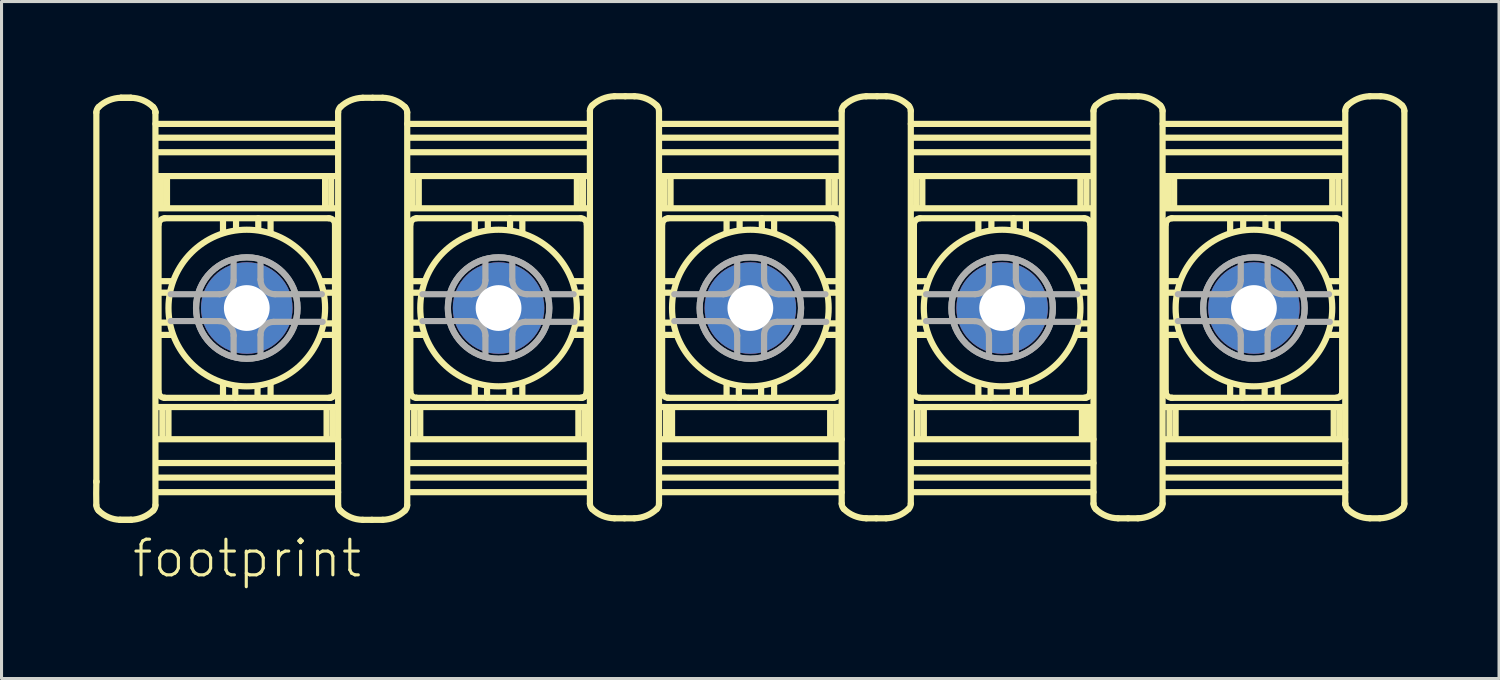
<source format=kicad_pcb>
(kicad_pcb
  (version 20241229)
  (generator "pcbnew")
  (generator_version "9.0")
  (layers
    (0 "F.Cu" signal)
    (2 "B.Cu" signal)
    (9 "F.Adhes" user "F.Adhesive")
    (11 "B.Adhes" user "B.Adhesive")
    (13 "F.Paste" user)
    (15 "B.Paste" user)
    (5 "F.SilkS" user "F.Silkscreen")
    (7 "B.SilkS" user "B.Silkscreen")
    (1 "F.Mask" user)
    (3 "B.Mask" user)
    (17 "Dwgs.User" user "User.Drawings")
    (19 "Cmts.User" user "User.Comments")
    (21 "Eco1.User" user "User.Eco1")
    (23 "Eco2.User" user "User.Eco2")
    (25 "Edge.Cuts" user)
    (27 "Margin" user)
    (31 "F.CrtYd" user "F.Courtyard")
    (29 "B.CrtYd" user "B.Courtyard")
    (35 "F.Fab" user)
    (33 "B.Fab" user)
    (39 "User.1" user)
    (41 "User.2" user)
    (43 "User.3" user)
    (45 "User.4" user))
  (footprint "footprint"
    (layer "F.Cu")
    (at 21.536 7.043)
    (property "Reference" "footprint" (at -20.31 8.89 0) (layer "F.SilkS") (effects (font (size 1.168 1.168) (thickness 0.102)) (justify left bottom)))
    (fp_line (start -21.429 -6.411) (end -21.429 5.682) (stroke (width 0.203) (type solid)) (layer "F.SilkS"))
    (fp_line (start -21.429 5.682) (end -21.429 5.707) (stroke (width 0.203) (type solid)) (layer "F.SilkS"))
    (fp_line (start -19.493 -6.411) (end -19.493 -6.436) (stroke (width 0.203) (type solid)) (layer "F.SilkS"))
    (fp_line (start -19.493 6.461) (end -19.493 -6.411) (stroke (width 0.203) (type solid)) (layer "F.SilkS"))
    (fp_line (start -19.467 3.243) (end -13.558 3.243) (stroke (width 0.203) (type solid)) (layer "F.SilkS"))
    (fp_line (start -19.467 4.299) (end -13.508 4.299) (stroke (width 0.203) (type solid)) (layer "F.SilkS"))
    (fp_line (start -19.467 5.079) (end -13.508 5.079) (stroke (width 0.203) (type solid)) (layer "F.SilkS"))
    (fp_line (start -19.467 5.556) (end -13.533 5.556) (stroke (width 0.203) (type solid)) (layer "F.SilkS"))
    (fp_line (start -19.467 6.034) (end -13.508 6.034) (stroke (width 0.203) (type solid)) (layer "F.SilkS"))
    (fp_line (start -19.442 0.88) (end -18.939 0.88) (stroke (width 0.203) (type solid)) (layer "F.SilkS"))
    (fp_line (start -19.391 -2.741) (end -19.391 2.74) (stroke (width 0.203) (type solid)) (layer "F.SilkS"))
    (fp_line (start -19.366 -0.88) (end -18.939 -0.88) (stroke (width 0.203) (type solid)) (layer "F.SilkS"))
    (fp_line (start -19.366 -0.503) (end -19.039 -0.503) (stroke (width 0.203) (type solid)) (layer "F.SilkS"))
    (fp_line (start -19.366 0.478) (end -19.039 0.478) (stroke (width 0.203) (type solid)) (layer "F.SilkS"))
    (fp_line (start -19.314 -3.319) (end -19.314 -4.299) (stroke (width 0.203) (type solid)) (layer "F.SilkS"))
    (fp_line (start -19.266 3.268) (end -19.266 4.274) (stroke (width 0.203) (type solid)) (layer "F.SilkS"))
    (fp_line (start -19.19 2.942) (end -19.19 2.942) (stroke (width 0.203) (type solid)) (layer "F.SilkS"))
    (fp_line (start -19.19 2.942) (end -13.785 2.942) (stroke (width 0.203) (type solid)) (layer "F.SilkS"))
    (fp_line (start -19.115 -3.294) (end -19.115 -4.274) (stroke (width 0.203) (type solid)) (layer "F.SilkS"))
    (fp_line (start -19.066 3.293) (end -19.066 4.274) (stroke (width 0.203) (type solid)) (layer "F.SilkS"))
    (fp_line (start -17.279 -2.464) (end -17.279 -2.917) (stroke (width 0.203) (type solid)) (layer "F.SilkS"))
    (fp_line (start -17.279 2.917) (end -17.279 2.489) (stroke (width 0.203) (type solid)) (layer "F.SilkS"))
    (fp_line (start -16.877 2.942) (end -16.877 2.564) (stroke (width 0.203) (type solid)) (layer "F.SilkS"))
    (fp_line (start -16.852 -2.564) (end -16.852 -2.917) (stroke (width 0.203) (type solid)) (layer "F.SilkS"))
    (fp_line (start -16.148 2.564) (end -16.148 2.917) (stroke (width 0.203) (type solid)) (layer "F.SilkS"))
    (fp_line (start -16.123 -2.942) (end -16.123 -2.564) (stroke (width 0.203) (type solid)) (layer "F.SilkS"))
    (fp_line (start -15.721 -2.917) (end -15.721 -2.489) (stroke (width 0.203) (type solid)) (layer "F.SilkS"))
    (fp_line (start -15.721 2.464) (end -15.721 2.917) (stroke (width 0.203) (type solid)) (layer "F.SilkS"))
    (fp_line (start -13.934 -3.319) (end -13.934 -4.274) (stroke (width 0.203) (type solid)) (layer "F.SilkS"))
    (fp_line (start -13.885 3.294) (end -13.885 4.274) (stroke (width 0.203) (type solid)) (layer "F.SilkS"))
    (fp_line (start -13.811 -2.942) (end -19.192 -2.942) (stroke (width 0.203) (type solid)) (layer "F.SilkS"))
    (fp_line (start -13.734 -3.294) (end -13.734 -4.249) (stroke (width 0.203) (type solid)) (layer "F.SilkS"))
    (fp_line (start -13.685 3.293) (end -13.685 4.274) (stroke (width 0.203) (type solid)) (layer "F.SilkS"))
    (fp_line (start -13.634 -0.88) (end -14.061 -0.88) (stroke (width 0.203) (type solid)) (layer "F.SilkS"))
    (fp_line (start -13.634 -0.503) (end -13.935 -0.503) (stroke (width 0.203) (type solid)) (layer "F.SilkS"))
    (fp_line (start -13.634 0.503) (end -13.961 0.503) (stroke (width 0.203) (type solid)) (layer "F.SilkS"))
    (fp_line (start -13.634 0.88) (end -14.061 0.88) (stroke (width 0.203) (type solid)) (layer "F.SilkS"))
    (fp_line (start -13.609 2.766) (end -13.609 -2.74) (stroke (width 0.203) (type solid)) (layer "F.SilkS"))
    (fp_line (start -13.557 -5.581) (end -19.465 -5.581) (stroke (width 0.203) (type solid)) (layer "F.SilkS"))
    (fp_line (start -13.557 -5.104) (end -19.465 -5.104) (stroke (width 0.203) (type solid)) (layer "F.SilkS"))
    (fp_line (start -13.557 -4.324) (end -19.465 -4.324) (stroke (width 0.203) (type solid)) (layer "F.SilkS"))
    (fp_line (start -13.557 -3.268) (end -19.415 -3.268) (stroke (width 0.203) (type solid)) (layer "F.SilkS"))
    (fp_line (start -13.533 -6.034) (end -19.492 -6.034) (stroke (width 0.203) (type solid)) (layer "F.SilkS"))
    (fp_line (start -13.507 -6.411) (end -13.507 6.462) (stroke (width 0.203) (type solid)) (layer "F.SilkS"))
    (fp_line (start -11.243 6.461) (end -11.243 -6.411) (stroke (width 0.203) (type solid)) (layer "F.SilkS"))
    (fp_line (start -11.217 3.243) (end -5.308 3.243) (stroke (width 0.203) (type solid)) (layer "F.SilkS"))
    (fp_line (start -11.217 4.299) (end -5.258 4.299) (stroke (width 0.203) (type solid)) (layer "F.SilkS"))
    (fp_line (start -11.217 5.079) (end -5.258 5.079) (stroke (width 0.203) (type solid)) (layer "F.SilkS"))
    (fp_line (start -11.217 5.556) (end -5.283 5.556) (stroke (width 0.203) (type solid)) (layer "F.SilkS"))
    (fp_line (start -11.217 6.034) (end -5.258 6.034) (stroke (width 0.203) (type solid)) (layer "F.SilkS"))
    (fp_line (start -11.192 0.88) (end -10.689 0.88) (stroke (width 0.203) (type solid)) (layer "F.SilkS"))
    (fp_line (start -11.141 -2.741) (end -11.141 2.74) (stroke (width 0.203) (type solid)) (layer "F.SilkS"))
    (fp_line (start -11.116 -0.88) (end -10.689 -0.88) (stroke (width 0.203) (type solid)) (layer "F.SilkS"))
    (fp_line (start -11.116 -0.503) (end -10.789 -0.503) (stroke (width 0.203) (type solid)) (layer "F.SilkS"))
    (fp_line (start -11.116 0.478) (end -10.789 0.478) (stroke (width 0.203) (type solid)) (layer "F.SilkS"))
    (fp_line (start -11.065 -3.319) (end -11.065 -4.299) (stroke (width 0.203) (type solid)) (layer "F.SilkS"))
    (fp_line (start -11.016 3.268) (end -11.016 4.274) (stroke (width 0.203) (type solid)) (layer "F.SilkS"))
    (fp_line (start -10.94 2.942) (end -10.94 2.942) (stroke (width 0.203) (type solid)) (layer "F.SilkS"))
    (fp_line (start -10.94 2.942) (end -5.535 2.942) (stroke (width 0.203) (type solid)) (layer "F.SilkS"))
    (fp_line (start -10.865 -3.294) (end -10.865 -4.274) (stroke (width 0.203) (type solid)) (layer "F.SilkS"))
    (fp_line (start -10.816 3.293) (end -10.816 4.274) (stroke (width 0.203) (type solid)) (layer "F.SilkS"))
    (fp_line (start -9.029 -2.464) (end -9.029 -2.917) (stroke (width 0.203) (type solid)) (layer "F.SilkS"))
    (fp_line (start -9.029 2.917) (end -9.029 2.489) (stroke (width 0.203) (type solid)) (layer "F.SilkS"))
    (fp_line (start -8.627 2.942) (end -8.627 2.564) (stroke (width 0.203) (type solid)) (layer "F.SilkS"))
    (fp_line (start -8.602 -2.564) (end -8.602 -2.917) (stroke (width 0.203) (type solid)) (layer "F.SilkS"))
    (fp_line (start -7.898 2.564) (end -7.898 2.917) (stroke (width 0.203) (type solid)) (layer "F.SilkS"))
    (fp_line (start -7.873 -2.942) (end -7.873 -2.564) (stroke (width 0.203) (type solid)) (layer "F.SilkS"))
    (fp_line (start -7.471 -2.917) (end -7.471 -2.489) (stroke (width 0.203) (type solid)) (layer "F.SilkS"))
    (fp_line (start -7.471 2.464) (end -7.471 2.917) (stroke (width 0.203) (type solid)) (layer "F.SilkS"))
    (fp_line (start -5.684 -3.319) (end -5.684 -4.274) (stroke (width 0.203) (type solid)) (layer "F.SilkS"))
    (fp_line (start -5.635 3.294) (end -5.635 4.274) (stroke (width 0.203) (type solid)) (layer "F.SilkS"))
    (fp_line (start -5.561 -2.942) (end -10.942 -2.942) (stroke (width 0.203) (type solid)) (layer "F.SilkS"))
    (fp_line (start -5.484 -3.294) (end -5.484 -4.249) (stroke (width 0.203) (type solid)) (layer "F.SilkS"))
    (fp_line (start -5.436 3.293) (end -5.436 4.274) (stroke (width 0.203) (type solid)) (layer "F.SilkS"))
    (fp_line (start -5.384 -0.88) (end -5.811 -0.88) (stroke (width 0.203) (type solid)) (layer "F.SilkS"))
    (fp_line (start -5.384 -0.503) (end -5.686 -0.503) (stroke (width 0.203) (type solid)) (layer "F.SilkS"))
    (fp_line (start -5.384 0.503) (end -5.711 0.503) (stroke (width 0.203) (type solid)) (layer "F.SilkS"))
    (fp_line (start -5.384 0.88) (end -5.811 0.88) (stroke (width 0.203) (type solid)) (layer "F.SilkS"))
    (fp_line (start -5.359 2.766) (end -5.359 -2.74) (stroke (width 0.203) (type solid)) (layer "F.SilkS"))
    (fp_line (start -5.307 -5.581) (end -11.215 -5.581) (stroke (width 0.203) (type solid)) (layer "F.SilkS"))
    (fp_line (start -5.307 -5.104) (end -11.215 -5.104) (stroke (width 0.203) (type solid)) (layer "F.SilkS"))
    (fp_line (start -5.307 -4.324) (end -11.215 -4.324) (stroke (width 0.203) (type solid)) (layer "F.SilkS"))
    (fp_line (start -5.307 -3.268) (end -11.165 -3.268) (stroke (width 0.203) (type solid)) (layer "F.SilkS"))
    (fp_line (start -5.283 -6.034) (end -11.242 -6.034) (stroke (width 0.203) (type solid)) (layer "F.SilkS"))
    (fp_line (start -5.257 -6.461) (end -5.257 6.411) (stroke (width 0.203) (type solid)) (layer "F.SilkS"))
    (fp_line (start -2.993 6.411) (end -2.993 -6.462) (stroke (width 0.203) (type solid)) (layer "F.SilkS"))
    (fp_line (start -2.967 3.243) (end 2.942 3.243) (stroke (width 0.203) (type solid)) (layer "F.SilkS"))
    (fp_line (start -2.967 4.299) (end 2.992 4.299) (stroke (width 0.203) (type solid)) (layer "F.SilkS"))
    (fp_line (start -2.967 5.079) (end 2.992 5.079) (stroke (width 0.203) (type solid)) (layer "F.SilkS"))
    (fp_line (start -2.967 5.556) (end 2.967 5.556) (stroke (width 0.203) (type solid)) (layer "F.SilkS"))
    (fp_line (start -2.967 6.034) (end 2.992 6.034) (stroke (width 0.203) (type solid)) (layer "F.SilkS"))
    (fp_line (start -2.942 0.88) (end -2.439 0.88) (stroke (width 0.203) (type solid)) (layer "F.SilkS"))
    (fp_line (start -2.891 -2.741) (end -2.891 2.74) (stroke (width 0.203) (type solid)) (layer "F.SilkS"))
    (fp_line (start -2.866 -0.88) (end -2.439 -0.88) (stroke (width 0.203) (type solid)) (layer "F.SilkS"))
    (fp_line (start -2.866 -0.503) (end -2.539 -0.503) (stroke (width 0.203) (type solid)) (layer "F.SilkS"))
    (fp_line (start -2.866 0.478) (end -2.539 0.478) (stroke (width 0.203) (type solid)) (layer "F.SilkS"))
    (fp_line (start -2.814 -3.319) (end -2.814 -4.299) (stroke (width 0.203) (type solid)) (layer "F.SilkS"))
    (fp_line (start -2.766 3.268) (end -2.766 4.274) (stroke (width 0.203) (type solid)) (layer "F.SilkS"))
    (fp_line (start -2.69 2.942) (end -2.69 2.942) (stroke (width 0.203) (type solid)) (layer "F.SilkS"))
    (fp_line (start -2.69 2.942) (end 2.715 2.942) (stroke (width 0.203) (type solid)) (layer "F.SilkS"))
    (fp_line (start -2.615 -3.294) (end -2.615 -4.274) (stroke (width 0.203) (type solid)) (layer "F.SilkS"))
    (fp_line (start -2.566 3.293) (end -2.566 4.274) (stroke (width 0.203) (type solid)) (layer "F.SilkS"))
    (fp_line (start -0.779 -2.464) (end -0.779 -2.917) (stroke (width 0.203) (type solid)) (layer "F.SilkS"))
    (fp_line (start -0.779 2.917) (end -0.779 2.489) (stroke (width 0.203) (type solid)) (layer "F.SilkS"))
    (fp_line (start -0.377 2.942) (end -0.377 2.564) (stroke (width 0.203) (type solid)) (layer "F.SilkS"))
    (fp_line (start -0.352 -2.564) (end -0.352 -2.917) (stroke (width 0.203) (type solid)) (layer "F.SilkS"))
    (fp_line (start 0.352 2.564) (end 0.352 2.917) (stroke (width 0.203) (type solid)) (layer "F.SilkS"))
    (fp_line (start 0.377 -2.942) (end 0.377 -2.564) (stroke (width 0.203) (type solid)) (layer "F.SilkS"))
    (fp_line (start 0.779 -2.917) (end 0.779 -2.489) (stroke (width 0.203) (type solid)) (layer "F.SilkS"))
    (fp_line (start 0.779 2.464) (end 0.779 2.917) (stroke (width 0.203) (type solid)) (layer "F.SilkS"))
    (fp_line (start 2.566 -3.319) (end 2.566 -4.274) (stroke (width 0.203) (type solid)) (layer "F.SilkS"))
    (fp_line (start 2.615 3.294) (end 2.615 4.274) (stroke (width 0.203) (type solid)) (layer "F.SilkS"))
    (fp_line (start 2.689 -2.942) (end -2.692 -2.942) (stroke (width 0.203) (type solid)) (layer "F.SilkS"))
    (fp_line (start 2.766 -3.294) (end 2.766 -4.249) (stroke (width 0.203) (type solid)) (layer "F.SilkS"))
    (fp_line (start 2.814 3.293) (end 2.814 4.274) (stroke (width 0.203) (type solid)) (layer "F.SilkS"))
    (fp_line (start 2.866 -0.88) (end 2.439 -0.88) (stroke (width 0.203) (type solid)) (layer "F.SilkS"))
    (fp_line (start 2.866 -0.503) (end 2.564 -0.503) (stroke (width 0.203) (type solid)) (layer "F.SilkS"))
    (fp_line (start 2.866 0.503) (end 2.539 0.503) (stroke (width 0.203) (type solid)) (layer "F.SilkS"))
    (fp_line (start 2.866 0.88) (end 2.439 0.88) (stroke (width 0.203) (type solid)) (layer "F.SilkS"))
    (fp_line (start 2.891 2.766) (end 2.891 -2.74) (stroke (width 0.203) (type solid)) (layer "F.SilkS"))
    (fp_line (start 2.943 -5.581) (end -2.965 -5.581) (stroke (width 0.203) (type solid)) (layer "F.SilkS"))
    (fp_line (start 2.943 -5.104) (end -2.965 -5.104) (stroke (width 0.203) (type solid)) (layer "F.SilkS"))
    (fp_line (start 2.943 -4.324) (end -2.965 -4.324) (stroke (width 0.203) (type solid)) (layer "F.SilkS"))
    (fp_line (start 2.943 -3.268) (end -2.915 -3.268) (stroke (width 0.203) (type solid)) (layer "F.SilkS"))
    (fp_line (start 2.967 -6.034) (end -2.992 -6.034) (stroke (width 0.203) (type solid)) (layer "F.SilkS"))
    (fp_line (start 2.993 -6.461) (end 2.993 6.411) (stroke (width 0.203) (type solid)) (layer "F.SilkS"))
    (fp_line (start 5.257 6.411) (end 5.257 -6.462) (stroke (width 0.203) (type solid)) (layer "F.SilkS"))
    (fp_line (start 5.283 3.243) (end 11.192 3.243) (stroke (width 0.203) (type solid)) (layer "F.SilkS"))
    (fp_line (start 5.283 4.299) (end 11.242 4.299) (stroke (width 0.203) (type solid)) (layer "F.SilkS"))
    (fp_line (start 5.283 5.079) (end 11.242 5.079) (stroke (width 0.203) (type solid)) (layer "F.SilkS"))
    (fp_line (start 5.283 5.556) (end 11.217 5.556) (stroke (width 0.203) (type solid)) (layer "F.SilkS"))
    (fp_line (start 5.283 6.034) (end 11.242 6.034) (stroke (width 0.203) (type solid)) (layer "F.SilkS"))
    (fp_line (start 5.308 0.88) (end 5.811 0.88) (stroke (width 0.203) (type solid)) (layer "F.SilkS"))
    (fp_line (start 5.359 -2.741) (end 5.359 2.74) (stroke (width 0.203) (type solid)) (layer "F.SilkS"))
    (fp_line (start 5.384 -0.88) (end 5.811 -0.88) (stroke (width 0.203) (type solid)) (layer "F.SilkS"))
    (fp_line (start 5.384 -0.503) (end 5.711 -0.503) (stroke (width 0.203) (type solid)) (layer "F.SilkS"))
    (fp_line (start 5.384 0.478) (end 5.711 0.478) (stroke (width 0.203) (type solid)) (layer "F.SilkS"))
    (fp_line (start 5.436 -3.319) (end 5.436 -4.299) (stroke (width 0.203) (type solid)) (layer "F.SilkS"))
    (fp_line (start 5.484 3.268) (end 5.484 4.274) (stroke (width 0.203) (type solid)) (layer "F.SilkS"))
    (fp_line (start 5.56 2.942) (end 5.56 2.942) (stroke (width 0.203) (type solid)) (layer "F.SilkS"))
    (fp_line (start 5.56 2.942) (end 10.965 2.942) (stroke (width 0.203) (type solid)) (layer "F.SilkS"))
    (fp_line (start 5.635 -3.294) (end 5.635 -4.274) (stroke (width 0.203) (type solid)) (layer "F.SilkS"))
    (fp_line (start 5.684 3.293) (end 5.684 4.274) (stroke (width 0.203) (type solid)) (layer "F.SilkS"))
    (fp_line (start 7.471 -2.464) (end 7.471 -2.917) (stroke (width 0.203) (type solid)) (layer "F.SilkS"))
    (fp_line (start 7.471 2.917) (end 7.471 2.489) (stroke (width 0.203) (type solid)) (layer "F.SilkS"))
    (fp_line (start 7.873 2.942) (end 7.873 2.564) (stroke (width 0.203) (type solid)) (layer "F.SilkS"))
    (fp_line (start 7.898 -2.564) (end 7.898 -2.917) (stroke (width 0.203) (type solid)) (layer "F.SilkS"))
    (fp_line (start 8.602 2.564) (end 8.602 2.917) (stroke (width 0.203) (type solid)) (layer "F.SilkS"))
    (fp_line (start 8.627 -2.942) (end 8.627 -2.564) (stroke (width 0.203) (type solid)) (layer "F.SilkS"))
    (fp_line (start 9.029 -2.917) (end 9.029 -2.489) (stroke (width 0.203) (type solid)) (layer "F.SilkS"))
    (fp_line (start 9.029 2.464) (end 9.029 2.917) (stroke (width 0.203) (type solid)) (layer "F.SilkS"))
    (fp_line (start 10.816 -3.319) (end 10.816 -4.274) (stroke (width 0.203) (type solid)) (layer "F.SilkS"))
    (fp_line (start 10.865 3.294) (end 10.865 4.274) (stroke (width 0.203) (type solid)) (layer "F.SilkS"))
    (fp_line (start 10.939 -2.942) (end 5.558 -2.942) (stroke (width 0.203) (type solid)) (layer "F.SilkS"))
    (fp_line (start 11.016 -3.294) (end 11.016 -4.249) (stroke (width 0.203) (type solid)) (layer "F.SilkS"))
    (fp_line (start 11.065 3.293) (end 11.065 4.274) (stroke (width 0.203) (type solid)) (layer "F.SilkS"))
    (fp_line (start 11.116 -0.88) (end 10.689 -0.88) (stroke (width 0.203) (type solid)) (layer "F.SilkS"))
    (fp_line (start 11.116 -0.503) (end 10.815 -0.503) (stroke (width 0.203) (type solid)) (layer "F.SilkS"))
    (fp_line (start 11.116 0.503) (end 10.789 0.503) (stroke (width 0.203) (type solid)) (layer "F.SilkS"))
    (fp_line (start 11.116 0.88) (end 10.689 0.88) (stroke (width 0.203) (type solid)) (layer "F.SilkS"))
    (fp_line (start 11.141 2.766) (end 11.141 -2.74) (stroke (width 0.203) (type solid)) (layer "F.SilkS"))
    (fp_line (start 11.193 -5.581) (end 5.285 -5.581) (stroke (width 0.203) (type solid)) (layer "F.SilkS"))
    (fp_line (start 11.193 -5.104) (end 5.285 -5.104) (stroke (width 0.203) (type solid)) (layer "F.SilkS"))
    (fp_line (start 11.193 -4.324) (end 5.285 -4.324) (stroke (width 0.203) (type solid)) (layer "F.SilkS"))
    (fp_line (start 11.193 -3.268) (end 5.335 -3.268) (stroke (width 0.203) (type solid)) (layer "F.SilkS"))
    (fp_line (start 11.217 -6.034) (end 5.258 -6.034) (stroke (width 0.203) (type solid)) (layer "F.SilkS"))
    (fp_line (start 11.243 -6.461) (end 11.243 6.411) (stroke (width 0.203) (type solid)) (layer "F.SilkS"))
    (fp_line (start 13.507 6.411) (end 13.507 -6.462) (stroke (width 0.203) (type solid)) (layer "F.SilkS"))
    (fp_line (start 13.533 3.243) (end 19.442 3.243) (stroke (width 0.203) (type solid)) (layer "F.SilkS"))
    (fp_line (start 13.533 4.299) (end 19.492 4.299) (stroke (width 0.203) (type solid)) (layer "F.SilkS"))
    (fp_line (start 13.533 5.079) (end 19.492 5.079) (stroke (width 0.203) (type solid)) (layer "F.SilkS"))
    (fp_line (start 13.533 5.556) (end 19.467 5.556) (stroke (width 0.203) (type solid)) (layer "F.SilkS"))
    (fp_line (start 13.533 6.034) (end 19.492 6.034) (stroke (width 0.203) (type solid)) (layer "F.SilkS"))
    (fp_line (start 13.558 0.88) (end 14.061 0.88) (stroke (width 0.203) (type solid)) (layer "F.SilkS"))
    (fp_line (start 13.609 -2.741) (end 13.609 2.74) (stroke (width 0.203) (type solid)) (layer "F.SilkS"))
    (fp_line (start 13.634 -0.88) (end 14.061 -0.88) (stroke (width 0.203) (type solid)) (layer "F.SilkS"))
    (fp_line (start 13.634 -0.503) (end 13.961 -0.503) (stroke (width 0.203) (type solid)) (layer "F.SilkS"))
    (fp_line (start 13.634 0.478) (end 13.961 0.478) (stroke (width 0.203) (type solid)) (layer "F.SilkS"))
    (fp_line (start 13.685 -3.319) (end 13.685 -4.299) (stroke (width 0.203) (type solid)) (layer "F.SilkS"))
    (fp_line (start 13.734 3.268) (end 13.734 4.274) (stroke (width 0.203) (type solid)) (layer "F.SilkS"))
    (fp_line (start 13.81 2.942) (end 13.81 2.942) (stroke (width 0.203) (type solid)) (layer "F.SilkS"))
    (fp_line (start 13.81 2.942) (end 19.215 2.942) (stroke (width 0.203) (type solid)) (layer "F.SilkS"))
    (fp_line (start 13.885 -3.294) (end 13.885 -4.274) (stroke (width 0.203) (type solid)) (layer "F.SilkS"))
    (fp_line (start 13.934 3.293) (end 13.934 4.274) (stroke (width 0.203) (type solid)) (layer "F.SilkS"))
    (fp_line (start 15.721 -2.464) (end 15.721 -2.917) (stroke (width 0.203) (type solid)) (layer "F.SilkS"))
    (fp_line (start 15.721 2.917) (end 15.721 2.489) (stroke (width 0.203) (type solid)) (layer "F.SilkS"))
    (fp_line (start 16.123 2.942) (end 16.123 2.564) (stroke (width 0.203) (type solid)) (layer "F.SilkS"))
    (fp_line (start 16.148 -2.564) (end 16.148 -2.917) (stroke (width 0.203) (type solid)) (layer "F.SilkS"))
    (fp_line (start 16.852 2.564) (end 16.852 2.917) (stroke (width 0.203) (type solid)) (layer "F.SilkS"))
    (fp_line (start 16.877 -2.942) (end 16.877 -2.564) (stroke (width 0.203) (type solid)) (layer "F.SilkS"))
    (fp_line (start 17.279 -2.917) (end 17.279 -2.489) (stroke (width 0.203) (type solid)) (layer "F.SilkS"))
    (fp_line (start 17.279 2.464) (end 17.279 2.917) (stroke (width 0.203) (type solid)) (layer "F.SilkS"))
    (fp_line (start 19.066 -3.319) (end 19.066 -4.274) (stroke (width 0.203) (type solid)) (layer "F.SilkS"))
    (fp_line (start 19.115 3.294) (end 19.115 4.274) (stroke (width 0.203) (type solid)) (layer "F.SilkS"))
    (fp_line (start 19.189 -2.942) (end 13.808 -2.942) (stroke (width 0.203) (type solid)) (layer "F.SilkS"))
    (fp_line (start 19.266 -3.294) (end 19.266 -4.249) (stroke (width 0.203) (type solid)) (layer "F.SilkS"))
    (fp_line (start 19.314 3.293) (end 19.314 4.274) (stroke (width 0.203) (type solid)) (layer "F.SilkS"))
    (fp_line (start 19.366 -0.88) (end 18.939 -0.88) (stroke (width 0.203) (type solid)) (layer "F.SilkS"))
    (fp_line (start 19.366 -0.503) (end 19.064 -0.503) (stroke (width 0.203) (type solid)) (layer "F.SilkS"))
    (fp_line (start 19.366 0.503) (end 19.039 0.503) (stroke (width 0.203) (type solid)) (layer "F.SilkS"))
    (fp_line (start 19.366 0.88) (end 18.939 0.88) (stroke (width 0.203) (type solid)) (layer "F.SilkS"))
    (fp_line (start 19.391 2.766) (end 19.391 -2.74) (stroke (width 0.203) (type solid)) (layer "F.SilkS"))
    (fp_line (start 19.443 -5.581) (end 13.535 -5.581) (stroke (width 0.203) (type solid)) (layer "F.SilkS"))
    (fp_line (start 19.443 -5.104) (end 13.535 -5.104) (stroke (width 0.203) (type solid)) (layer "F.SilkS"))
    (fp_line (start 19.443 -4.324) (end 13.535 -4.324) (stroke (width 0.203) (type solid)) (layer "F.SilkS"))
    (fp_line (start 19.443 -3.268) (end 13.585 -3.268) (stroke (width 0.203) (type solid)) (layer "F.SilkS"))
    (fp_line (start 19.467 -6.034) (end 13.508 -6.034) (stroke (width 0.203) (type solid)) (layer "F.SilkS"))
    (fp_line (start 19.493 -6.461) (end 19.493 6.411) (stroke (width 0.203) (type solid)) (layer "F.SilkS"))
    (fp_line (start 19.493 6.411) (end 19.493 6.436) (stroke (width 0.203) (type solid)) (layer "F.SilkS"))
    (fp_line (start 21.429 6.411) (end 21.429 -6.461) (stroke (width 0.203) (type solid)) (layer "F.SilkS"))
    (fp_arc (start -21.4293 -6.4114) (mid -21.40964 -6.507115) (end -21.353799 -6.5873) (stroke (width 0.2032) (type solid)) (layer "F.SilkS"))
    (fp_arc (start -21.4293 6.4614) (mid -21.434282 6.0717) (end -21.4293 5.682) (stroke (width 0.2032) (type solid)) (layer "F.SilkS"))
    (fp_arc (start -21.3538 -6.5873) (mid -21.017278 -6.805911) (end -20.6247 -6.8891) (stroke (width 0.2032) (type solid)) (layer "F.SilkS"))
    (fp_arc (start -21.3538 6.6373) (mid -21.408454 6.556605) (end -21.4293 6.461399) (stroke (width 0.2032) (type solid)) (layer "F.SilkS"))
    (fp_arc (start -20.6499 6.9391) (mid -21.030904 6.855963) (end -21.3538 6.6373) (stroke (width 0.2032) (type solid)) (layer "F.SilkS"))
    (fp_arc (start -20.6247 -6.8891) (mid -20.46125 -6.891161) (end -20.2978 -6.8891) (stroke (width 0.2032) (type solid)) (layer "F.SilkS"))
    (fp_arc (start -20.6247 -6.8891) (mid -20.46125 -6.891161) (end -20.2978 -6.8891) (stroke (width 0.2032) (type solid)) (layer "F.SilkS"))
    (fp_arc (start -20.2979 6.9391) (mid -20.4739 6.94132) (end -20.6499 6.9391) (stroke (width 0.2032) (type solid)) (layer "F.SilkS"))
    (fp_arc (start -20.2979 6.9391) (mid -20.4739 6.94132) (end -20.6499 6.9391) (stroke (width 0.2032) (type solid)) (layer "F.SilkS"))
    (fp_arc (start -20.2978 -6.8891) (mid -19.904249 -6.808371) (end -19.568799 -6.5873) (stroke (width 0.2032) (type solid)) (layer "F.SilkS"))
    (fp_arc (start -19.5688 -6.5873) (mid -19.514146 -6.506605) (end -19.4933 -6.4114) (stroke (width 0.2032) (type solid)) (layer "F.SilkS"))
    (fp_arc (start -19.5688 6.6373) (mid -19.905328 6.855897) (end -20.2979 6.9391) (stroke (width 0.2032) (type solid)) (layer "F.SilkS"))
    (fp_arc (start -19.4933 6.4614) (mid -19.51296 6.557114) (end -19.5688 6.637299) (stroke (width 0.2032) (type solid)) (layer "F.SilkS"))
    (fp_arc (start -19.391301 -2.7406) (mid -19.329504 -2.87897) (end -19.1916 -2.9418) (stroke (width 0.2032) (type solid)) (layer "F.SilkS"))
    (fp_arc (start -19.1901 2.9416) (mid -19.33237 2.88267) (end -19.3913 2.7404) (stroke (width 0.2032) (type solid)) (layer "F.SilkS"))
    (fp_arc (start -13.8099 -2.9417) (mid -13.66763 -2.88277) (end -13.6087 -2.7405) (stroke (width 0.2032) (type solid)) (layer "F.SilkS"))
    (fp_arc (start -13.6087 2.7657) (mid -13.66022 2.89008) (end -13.7846 2.9416) (stroke (width 0.2032) (type solid)) (layer "F.SilkS"))
    (fp_arc (start -13.6072 2.7406) (mid -13.66613 2.88287) (end -13.8084 2.9418) (stroke (width 0.2032) (type solid)) (layer "F.SilkS"))
    (fp_arc (start -13.5067 -6.4111) (mid -13.48704 -6.506815) (end -13.431199 -6.587) (stroke (width 0.2032) (type solid)) (layer "F.SilkS"))
    (fp_arc (start -13.4312 -6.587) (mid -13.094672 -6.805598) (end -12.7021 -6.888801) (stroke (width 0.2032) (type solid)) (layer "F.SilkS"))
    (fp_arc (start -13.4312 6.6376) (mid -13.485854 6.556905) (end -13.5067 6.461699) (stroke (width 0.2032) (type solid)) (layer "F.SilkS"))
    (fp_arc (start -12.7022 6.9394) (mid -13.095751 6.858671) (end -13.431201 6.6376) (stroke (width 0.2032) (type solid)) (layer "F.SilkS"))
    (fp_arc (start -12.7021 -6.8888) (mid -12.539401 -6.890883) (end -12.3767 -6.8889) (stroke (width 0.2032) (type solid)) (layer "F.SilkS"))
    (fp_arc (start -12.4019 6.9392) (mid -12.552049 6.941177) (end -12.7022 6.9394) (stroke (width 0.2032) (type solid)) (layer "F.SilkS"))
    (fp_arc (start -12.3767 -6.8889) (mid -12.212251 -6.891055) (end -12.0478 -6.8891) (stroke (width 0.2032) (type solid)) (layer "F.SilkS"))
    (fp_arc (start -12.0479 6.9391) (mid -12.224899 6.941362) (end -12.4019 6.9392) (stroke (width 0.2032) (type solid)) (layer "F.SilkS"))
    (fp_arc (start -12.0478 -6.8891) (mid -11.654249 -6.808371) (end -11.318799 -6.5873) (stroke (width 0.2032) (type solid)) (layer "F.SilkS"))
    (fp_arc (start -11.3188 -6.5873) (mid -11.264146 -6.506605) (end -11.2433 -6.4114) (stroke (width 0.2032) (type solid)) (layer "F.SilkS"))
    (fp_arc (start -11.3188 6.6373) (mid -11.655328 6.855897) (end -12.0479 6.9391) (stroke (width 0.2032) (type solid)) (layer "F.SilkS"))
    (fp_arc (start -11.2433 6.4614) (mid -11.26296 6.557114) (end -11.3188 6.637299) (stroke (width 0.2032) (type solid)) (layer "F.SilkS"))
    (fp_arc (start -11.141301 -2.7406) (mid -11.079504 -2.87897) (end -10.9416 -2.9418) (stroke (width 0.2032) (type solid)) (layer "F.SilkS"))
    (fp_arc (start -10.9401 2.9416) (mid -11.08237 2.88267) (end -11.1413 2.7404) (stroke (width 0.2032) (type solid)) (layer "F.SilkS"))
    (fp_arc (start -5.5599 -2.9417) (mid -5.41763 -2.88277) (end -5.3587 -2.7405) (stroke (width 0.2032) (type solid)) (layer "F.SilkS"))
    (fp_arc (start -5.3587 2.7657) (mid -5.41022 2.89008) (end -5.5346 2.9416) (stroke (width 0.2032) (type solid)) (layer "F.SilkS"))
    (fp_arc (start -5.3572 2.7406) (mid -5.41613 2.88287) (end -5.5584 2.9418) (stroke (width 0.2032) (type solid)) (layer "F.SilkS"))
    (fp_arc (start -5.2567 -6.4614) (mid -5.23704 -6.557115) (end -5.181199 -6.6373) (stroke (width 0.2032) (type solid)) (layer "F.SilkS"))
    (fp_arc (start -5.1812 -6.6373) (mid -4.844672 -6.855898) (end -4.4521 -6.939101) (stroke (width 0.2032) (type solid)) (layer "F.SilkS"))
    (fp_arc (start -5.1812 6.5873) (mid -5.235854 6.506605) (end -5.2567 6.411399) (stroke (width 0.2032) (type solid)) (layer "F.SilkS"))
    (fp_arc (start -4.4522 6.8891) (mid -4.845751 6.808371) (end -5.181201 6.5873) (stroke (width 0.2032) (type solid)) (layer "F.SilkS"))
    (fp_arc (start -4.4521 -6.9391) (mid -4.275101 -6.941362) (end -4.0981 -6.9392) (stroke (width 0.2032) (type solid)) (layer "F.SilkS"))
    (fp_arc (start -4.1233 6.8889) (mid -4.287749 6.891055) (end -4.4522 6.8891) (stroke (width 0.2032) (type solid)) (layer "F.SilkS"))
    (fp_arc (start -4.0981 -6.9392) (mid -3.947951 -6.941177) (end -3.7978 -6.9394) (stroke (width 0.2032) (type solid)) (layer "F.SilkS"))
    (fp_arc (start -3.7979 6.8888) (mid -3.960599 6.890883) (end -4.1233 6.8889) (stroke (width 0.2032) (type solid)) (layer "F.SilkS"))
    (fp_arc (start -3.7978 -6.9394) (mid -3.404249 -6.858671) (end -3.068799 -6.6376) (stroke (width 0.2032) (type solid)) (layer "F.SilkS"))
    (fp_arc (start -3.0688 -6.6376) (mid -3.014146 -6.556905) (end -2.9933 -6.4617) (stroke (width 0.2032) (type solid)) (layer "F.SilkS"))
    (fp_arc (start -3.0688 6.587) (mid -3.405328 6.805597) (end -3.7979 6.8888) (stroke (width 0.2032) (type solid)) (layer "F.SilkS"))
    (fp_arc (start -2.9933 6.4111) (mid -3.01296 6.506814) (end -3.0688 6.586999) (stroke (width 0.2032) (type solid)) (layer "F.SilkS"))
    (fp_arc (start -2.891301 -2.7406) (mid -2.829504 -2.87897) (end -2.6916 -2.9418) (stroke (width 0.2032) (type solid)) (layer "F.SilkS"))
    (fp_arc (start -2.6901 2.9416) (mid -2.83237 2.88267) (end -2.8913 2.7404) (stroke (width 0.2032) (type solid)) (layer "F.SilkS"))
    (fp_arc (start 2.6901 -2.9417) (mid 2.83237 -2.88277) (end 2.8913 -2.7405) (stroke (width 0.2032) (type solid)) (layer "F.SilkS"))
    (fp_arc (start 2.8913 2.7657) (mid 2.83978 2.89008) (end 2.7154 2.9416) (stroke (width 0.2032) (type solid)) (layer "F.SilkS"))
    (fp_arc (start 2.8928 2.7406) (mid 2.83387 2.88287) (end 2.6916 2.9418) (stroke (width 0.2032) (type solid)) (layer "F.SilkS"))
    (fp_arc (start 2.9933 -6.4614) (mid 3.01296 -6.557114) (end 3.0688 -6.637299) (stroke (width 0.2032) (type solid)) (layer "F.SilkS"))
    (fp_arc (start 3.0688 -6.6373) (mid 3.405328 -6.855897) (end 3.7979 -6.9391) (stroke (width 0.2032) (type solid)) (layer "F.SilkS"))
    (fp_arc (start 3.0688 6.5873) (mid 3.014146 6.506605) (end 2.9933 6.4114) (stroke (width 0.2032) (type solid)) (layer "F.SilkS"))
    (fp_arc (start 3.7978 6.8891) (mid 3.404249 6.808371) (end 3.068799 6.5873) (stroke (width 0.2032) (type solid)) (layer "F.SilkS"))
    (fp_arc (start 3.7979 -6.9391) (mid 3.974899 -6.941362) (end 4.1519 -6.9392) (stroke (width 0.2032) (type solid)) (layer "F.SilkS"))
    (fp_arc (start 4.1267 6.8889) (mid 3.962251 6.891055) (end 3.7978 6.8891) (stroke (width 0.2032) (type solid)) (layer "F.SilkS"))
    (fp_arc (start 4.1519 -6.9392) (mid 4.302049 -6.941177) (end 4.4522 -6.9394) (stroke (width 0.2032) (type solid)) (layer "F.SilkS"))
    (fp_arc (start 4.4521 6.8888) (mid 4.289401 6.890883) (end 4.1267 6.8889) (stroke (width 0.2032) (type solid)) (layer "F.SilkS"))
    (fp_arc (start 4.4522 -6.9394) (mid 4.845751 -6.858671) (end 5.181201 -6.6376) (stroke (width 0.2032) (type solid)) (layer "F.SilkS"))
    (fp_arc (start 5.1812 -6.6376) (mid 5.235854 -6.556905) (end 5.2567 -6.461699) (stroke (width 0.2032) (type solid)) (layer "F.SilkS"))
    (fp_arc (start 5.1812 6.587) (mid 4.844672 6.805598) (end 4.4521 6.888801) (stroke (width 0.2032) (type solid)) (layer "F.SilkS"))
    (fp_arc (start 5.2567 6.4111) (mid 5.23704 6.506815) (end 5.181199 6.587) (stroke (width 0.2032) (type solid)) (layer "F.SilkS"))
    (fp_arc (start 5.358699 -2.740601) (mid 5.420497 -2.87897) (end 5.5584 -2.9418) (stroke (width 0.2032) (type solid)) (layer "F.SilkS"))
    (fp_arc (start 5.5599 2.9416) (mid 5.41763 2.88267) (end 5.3587 2.7404) (stroke (width 0.2032) (type solid)) (layer "F.SilkS"))
    (fp_arc (start 10.9401 -2.9417) (mid 11.08237 -2.88277) (end 11.1413 -2.7405) (stroke (width 0.2032) (type solid)) (layer "F.SilkS"))
    (fp_arc (start 11.1413 2.7657) (mid 11.08978 2.89008) (end 10.9654 2.9416) (stroke (width 0.2032) (type solid)) (layer "F.SilkS"))
    (fp_arc (start 11.1428 2.7406) (mid 11.08387 2.88287) (end 10.9416 2.9418) (stroke (width 0.2032) (type solid)) (layer "F.SilkS"))
    (fp_arc (start 11.2433 -6.4614) (mid 11.26296 -6.557114) (end 11.3188 -6.637299) (stroke (width 0.2032) (type solid)) (layer "F.SilkS"))
    (fp_arc (start 11.3188 -6.6373) (mid 11.655328 -6.855897) (end 12.0479 -6.9391) (stroke (width 0.2032) (type solid)) (layer "F.SilkS"))
    (fp_arc (start 11.3188 6.5873) (mid 11.264146 6.506605) (end 11.2433 6.4114) (stroke (width 0.2032) (type solid)) (layer "F.SilkS"))
    (fp_arc (start 12.0478 6.8891) (mid 11.654249 6.808371) (end 11.318799 6.5873) (stroke (width 0.2032) (type solid)) (layer "F.SilkS"))
    (fp_arc (start 12.0479 -6.9391) (mid 12.224899 -6.941362) (end 12.4019 -6.9392) (stroke (width 0.2032) (type solid)) (layer "F.SilkS"))
    (fp_arc (start 12.3767 6.8889) (mid 12.212251 6.891055) (end 12.0478 6.8891) (stroke (width 0.2032) (type solid)) (layer "F.SilkS"))
    (fp_arc (start 12.4019 -6.9392) (mid 12.552049 -6.941177) (end 12.7022 -6.9394) (stroke (width 0.2032) (type solid)) (layer "F.SilkS"))
    (fp_arc (start 12.7021 6.8888) (mid 12.539401 6.890883) (end 12.3767 6.8889) (stroke (width 0.2032) (type solid)) (layer "F.SilkS"))
    (fp_arc (start 12.7022 -6.9394) (mid 13.095751 -6.858671) (end 13.431201 -6.6376) (stroke (width 0.2032) (type solid)) (layer "F.SilkS"))
    (fp_arc (start 13.4312 -6.6376) (mid 13.485854 -6.556905) (end 13.5067 -6.461699) (stroke (width 0.2032) (type solid)) (layer "F.SilkS"))
    (fp_arc (start 13.4312 6.587) (mid 13.094672 6.805598) (end 12.7021 6.888801) (stroke (width 0.2032) (type solid)) (layer "F.SilkS"))
    (fp_arc (start 13.5067 6.4111) (mid 13.48704 6.506815) (end 13.431199 6.587) (stroke (width 0.2032) (type solid)) (layer "F.SilkS"))
    (fp_arc (start 13.608699 -2.740601) (mid 13.670497 -2.87897) (end 13.8084 -2.9418) (stroke (width 0.2032) (type solid)) (layer "F.SilkS"))
    (fp_arc (start 13.8099 2.9416) (mid 13.66763 2.88267) (end 13.6087 2.7404) (stroke (width 0.2032) (type solid)) (layer "F.SilkS"))
    (fp_arc (start 19.1901 -2.9417) (mid 19.33237 -2.88277) (end 19.3913 -2.7405) (stroke (width 0.2032) (type solid)) (layer "F.SilkS"))
    (fp_arc (start 19.3913 2.7657) (mid 19.33978 2.89008) (end 19.2154 2.9416) (stroke (width 0.2032) (type solid)) (layer "F.SilkS"))
    (fp_arc (start 19.3928 2.7406) (mid 19.33387 2.88287) (end 19.1916 2.9418) (stroke (width 0.2032) (type solid)) (layer "F.SilkS"))
    (fp_arc (start 19.4933 -6.4614) (mid 19.51296 -6.557114) (end 19.5688 -6.637299) (stroke (width 0.2032) (type solid)) (layer "F.SilkS"))
    (fp_arc (start 19.5688 -6.6373) (mid 19.905328 -6.855897) (end 20.2979 -6.9391) (stroke (width 0.2032) (type solid)) (layer "F.SilkS"))
    (fp_arc (start 19.5688 6.5873) (mid 19.514146 6.506605) (end 19.4933 6.4114) (stroke (width 0.2032) (type solid)) (layer "F.SilkS"))
    (fp_arc (start 20.2978 6.8891) (mid 19.904249 6.808371) (end 19.568799 6.5873) (stroke (width 0.2032) (type solid)) (layer "F.SilkS"))
    (fp_arc (start 20.2979 -6.9391) (mid 20.4739 -6.94132) (end 20.6499 -6.9391) (stroke (width 0.2032) (type solid)) (layer "F.SilkS"))
    (fp_arc (start 20.6247 6.8891) (mid 20.46125 6.891161) (end 20.2978 6.8891) (stroke (width 0.2032) (type solid)) (layer "F.SilkS"))
    (fp_arc (start 20.6499 -6.9391) (mid 21.030904 -6.855963) (end 21.3538 -6.6373) (stroke (width 0.2032) (type solid)) (layer "F.SilkS"))
    (fp_arc (start 21.3538 -6.6373) (mid 21.408454 -6.556605) (end 21.4293 -6.461399) (stroke (width 0.2032) (type solid)) (layer "F.SilkS"))
    (fp_arc (start 21.3538 6.5873) (mid 21.017278 6.805911) (end 20.6247 6.8891) (stroke (width 0.2032) (type solid)) (layer "F.SilkS"))
    (fp_arc (start 21.4293 6.4114) (mid 21.40964 6.507115) (end 21.353799 6.5873) (stroke (width 0.2032) (type solid)) (layer "F.SilkS"))
    (fp_circle (center -16.5 0) (end -13.934 0) (stroke (width 0.203) (type solid)) (fill no) (layer "F.SilkS"))
    (fp_circle (center -8.25 0) (end -5.684 0) (stroke (width 0.203) (type solid)) (fill no) (layer "F.SilkS"))
    (fp_circle (center 0 0) (end 2.566 0) (stroke (width 0.203) (type solid)) (fill no) (layer "F.SilkS"))
    (fp_circle (center 8.25 0) (end 10.816 0) (stroke (width 0.203) (type solid)) (fill no) (layer "F.SilkS"))
    (fp_circle (center 16.5 0) (end 19.066 0) (stroke (width 0.203) (type solid)) (fill no) (layer "F.SilkS"))
    (fp_line (start -18.992 -0.453) (end -17.383 -0.453) (stroke (width 0.203) (type solid)) (layer "F.Fab"))
    (fp_line (start -18.992 0.427) (end -17.409 0.427) (stroke (width 0.203) (type solid)) (layer "F.Fab"))
    (fp_line (start -16.931 -0.905) (end -16.931 -1.584) (stroke (width 0.203) (type solid)) (layer "F.Fab"))
    (fp_line (start -16.931 0.905) (end -16.931 1.559) (stroke (width 0.203) (type solid)) (layer "F.Fab"))
    (fp_line (start -16.051 -0.93) (end -16.051 -1.559) (stroke (width 0.203) (type solid)) (layer "F.Fab"))
    (fp_line (start -16.051 0.88) (end -16.051 1.559) (stroke (width 0.203) (type solid)) (layer "F.Fab"))
    (fp_line (start -14.04 -0.453) (end -15.573 -0.453) (stroke (width 0.203) (type solid)) (layer "F.Fab"))
    (fp_line (start -14.014 0.453) (end -15.623 0.453) (stroke (width 0.203) (type solid)) (layer "F.Fab"))
    (fp_line (start -10.742 -0.453) (end -9.133 -0.453) (stroke (width 0.203) (type solid)) (layer "F.Fab"))
    (fp_line (start -10.742 0.427) (end -9.159 0.427) (stroke (width 0.203) (type solid)) (layer "F.Fab"))
    (fp_line (start -8.681 -0.905) (end -8.681 -1.584) (stroke (width 0.203) (type solid)) (layer "F.Fab"))
    (fp_line (start -8.681 0.905) (end -8.681 1.559) (stroke (width 0.203) (type solid)) (layer "F.Fab"))
    (fp_line (start -7.801 -0.93) (end -7.801 -1.559) (stroke (width 0.203) (type solid)) (layer "F.Fab"))
    (fp_line (start -7.801 0.88) (end -7.801 1.559) (stroke (width 0.203) (type solid)) (layer "F.Fab"))
    (fp_line (start -5.79 -0.453) (end -7.323 -0.453) (stroke (width 0.203) (type solid)) (layer "F.Fab"))
    (fp_line (start -5.764 0.453) (end -7.373 0.453) (stroke (width 0.203) (type solid)) (layer "F.Fab"))
    (fp_line (start -2.493 -0.453) (end -0.883 -0.453) (stroke (width 0.203) (type solid)) (layer "F.Fab"))
    (fp_line (start -2.493 0.427) (end -0.908 0.427) (stroke (width 0.203) (type solid)) (layer "F.Fab"))
    (fp_line (start -0.431 -0.905) (end -0.431 -1.584) (stroke (width 0.203) (type solid)) (layer "F.Fab"))
    (fp_line (start -0.431 0.905) (end -0.431 1.559) (stroke (width 0.203) (type solid)) (layer "F.Fab"))
    (fp_line (start 0.449 -0.93) (end 0.449 -1.559) (stroke (width 0.203) (type solid)) (layer "F.Fab"))
    (fp_line (start 0.449 0.88) (end 0.449 1.559) (stroke (width 0.203) (type solid)) (layer "F.Fab"))
    (fp_line (start 2.461 -0.453) (end 0.927 -0.453) (stroke (width 0.203) (type solid)) (layer "F.Fab"))
    (fp_line (start 2.486 0.453) (end 0.876 0.453) (stroke (width 0.203) (type solid)) (layer "F.Fab"))
    (fp_line (start 5.758 -0.453) (end 7.367 -0.453) (stroke (width 0.203) (type solid)) (layer "F.Fab"))
    (fp_line (start 5.758 0.427) (end 7.341 0.427) (stroke (width 0.203) (type solid)) (layer "F.Fab"))
    (fp_line (start 7.819 -0.905) (end 7.819 -1.584) (stroke (width 0.203) (type solid)) (layer "F.Fab"))
    (fp_line (start 7.819 0.905) (end 7.819 1.559) (stroke (width 0.203) (type solid)) (layer "F.Fab"))
    (fp_line (start 8.699 -0.93) (end 8.699 -1.559) (stroke (width 0.203) (type solid)) (layer "F.Fab"))
    (fp_line (start 8.699 0.88) (end 8.699 1.559) (stroke (width 0.203) (type solid)) (layer "F.Fab"))
    (fp_line (start 10.71 -0.453) (end 9.177 -0.453) (stroke (width 0.203) (type solid)) (layer "F.Fab"))
    (fp_line (start 10.736 0.453) (end 9.127 0.453) (stroke (width 0.203) (type solid)) (layer "F.Fab"))
    (fp_line (start 14.008 -0.453) (end 15.617 -0.453) (stroke (width 0.203) (type solid)) (layer "F.Fab"))
    (fp_line (start 14.008 0.427) (end 15.591 0.427) (stroke (width 0.203) (type solid)) (layer "F.Fab"))
    (fp_line (start 16.069 -0.905) (end 16.069 -1.584) (stroke (width 0.203) (type solid)) (layer "F.Fab"))
    (fp_line (start 16.069 0.905) (end 16.069 1.559) (stroke (width 0.203) (type solid)) (layer "F.Fab"))
    (fp_line (start 16.949 -0.93) (end 16.949 -1.559) (stroke (width 0.203) (type solid)) (layer "F.Fab"))
    (fp_line (start 16.949 0.88) (end 16.949 1.559) (stroke (width 0.203) (type solid)) (layer "F.Fab"))
    (fp_line (start 18.96 -0.453) (end 17.427 -0.453) (stroke (width 0.203) (type solid)) (layer "F.Fab"))
    (fp_line (start 18.986 0.453) (end 17.377 0.453) (stroke (width 0.203) (type solid)) (layer "F.Fab"))
    (fp_arc (start -17.4085 0.4274) (mid -17.070715 0.567315) (end -16.9308 0.9051) (stroke (width 0.2032) (type solid)) (layer "F.Fab"))
    (fp_arc (start -16.9308 -0.9051) (mid -17.063334 -0.585134) (end -17.3833 -0.4526) (stroke (width 0.2032) (type solid)) (layer "F.Fab"))
    (fp_arc (start -16.0509 0.88) (mid -15.925717 0.577783) (end -15.6235 0.4526) (stroke (width 0.2032) (type solid)) (layer "F.Fab"))
    (fp_arc (start -15.5732 -0.4526) (mid -15.910985 -0.592515) (end -16.0509 -0.9303) (stroke (width 0.2032) (type solid)) (layer "F.Fab"))
    (fp_arc (start -9.1585 0.4274) (mid -8.820715 0.567315) (end -8.6808 0.9051) (stroke (width 0.2032) (type solid)) (layer "F.Fab"))
    (fp_arc (start -8.6808 -0.9051) (mid -8.813334 -0.585134) (end -9.1333 -0.4526) (stroke (width 0.2032) (type solid)) (layer "F.Fab"))
    (fp_arc (start -7.8009 0.88) (mid -7.675717 0.577783) (end -7.3735 0.4526) (stroke (width 0.2032) (type solid)) (layer "F.Fab"))
    (fp_arc (start -7.3232 -0.4526) (mid -7.660985 -0.592515) (end -7.8009 -0.9303) (stroke (width 0.2032) (type solid)) (layer "F.Fab"))
    (fp_arc (start -0.9085 0.4274) (mid -0.570715 0.567315) (end -0.4308 0.9051) (stroke (width 0.2032) (type solid)) (layer "F.Fab"))
    (fp_arc (start -0.4308 -0.9051) (mid -0.563334 -0.585134) (end -0.8833 -0.4526) (stroke (width 0.2032) (type solid)) (layer "F.Fab"))
    (fp_arc (start 0.4491 0.88) (mid 0.574283 0.577783) (end 0.8765 0.4526) (stroke (width 0.2032) (type solid)) (layer "F.Fab"))
    (fp_arc (start 0.9268 -0.4526) (mid 0.589015 -0.592515) (end 0.4491 -0.9303) (stroke (width 0.2032) (type solid)) (layer "F.Fab"))
    (fp_arc (start 7.3415 0.4274) (mid 7.679285 0.567315) (end 7.8192 0.9051) (stroke (width 0.2032) (type solid)) (layer "F.Fab"))
    (fp_arc (start 7.8192 -0.9051) (mid 7.686666 -0.585134) (end 7.3667 -0.4526) (stroke (width 0.2032) (type solid)) (layer "F.Fab"))
    (fp_arc (start 8.6991 0.88) (mid 8.824283 0.577783) (end 9.1265 0.4526) (stroke (width 0.2032) (type solid)) (layer "F.Fab"))
    (fp_arc (start 9.1768 -0.4526) (mid 8.839015 -0.592515) (end 8.6991 -0.9303) (stroke (width 0.2032) (type solid)) (layer "F.Fab"))
    (fp_arc (start 15.5915 0.4274) (mid 15.929285 0.567315) (end 16.0692 0.9051) (stroke (width 0.2032) (type solid)) (layer "F.Fab"))
    (fp_arc (start 16.0692 -0.9051) (mid 15.936666 -0.585134) (end 15.6167 -0.4526) (stroke (width 0.2032) (type solid)) (layer "F.Fab"))
    (fp_arc (start 16.9491 0.88) (mid 17.074283 0.577783) (end 17.3765 0.4526) (stroke (width 0.2032) (type solid)) (layer "F.Fab"))
    (fp_arc (start 17.4268 -0.4526) (mid 17.089015 -0.592515) (end 16.9491 -0.9303) (stroke (width 0.2032) (type solid)) (layer "F.Fab"))
    (fp_circle (center -16.5 0) (end -14.838 0) (stroke (width 0.203) (type solid)) (fill no) (layer "F.Fab"))
    (fp_circle (center -16.5 0) (end -14.838 0) (stroke (width 0.203) (type solid)) (fill no) (layer "F.Fab"))
    (fp_circle (center -8.25 0) (end -6.588 0) (stroke (width 0.203) (type solid)) (fill no) (layer "F.Fab"))
    (fp_circle (center -8.25 0) (end -6.588 0) (stroke (width 0.203) (type solid)) (fill no) (layer "F.Fab"))
    (fp_circle (center 0 0) (end 1.662 0) (stroke (width 0.203) (type solid)) (fill no) (layer "F.Fab"))
    (fp_circle (center 0 0) (end 1.662 0) (stroke (width 0.203) (type solid)) (fill no) (layer "F.Fab"))
    (fp_circle (center 8.25 0) (end 9.912 0) (stroke (width 0.203) (type solid)) (fill no) (layer "F.Fab"))
    (fp_circle (center 8.25 0) (end 9.912 0) (stroke (width 0.203) (type solid)) (fill no) (layer "F.Fab"))
    (fp_circle (center 16.5 0) (end 18.162 0) (stroke (width 0.203) (type solid)) (fill no) (layer "F.Fab"))
    (fp_circle (center 16.5 0) (end 18.162 0) (stroke (width 0.203) (type solid)) (fill no) (layer "F.Fab"))
    (pad "1" thru_hole circle (at -16.5 0) (size 3 3) (drill 1.5) (layers "*.Cu" "*.Mask"))
    (pad "2" thru_hole circle (at -8.25 0) (size 3 3) (drill 1.5) (layers "*.Cu" "*.Mask"))
    (pad "3" thru_hole circle (at 0 0) (size 3 3) (drill 1.5) (layers "*.Cu" "*.Mask"))
    (pad "4" thru_hole circle (at 8.25 0) (size 3 3) (drill 1.5) (layers "*.Cu" "*.Mask"))
    (pad "5" thru_hole circle (at 16.5 0) (size 3 3) (drill 1.5) (layers "*.Cu" "*.Mask")))
  (gr_rect
    (start -3 -3)
    (end 46.067 19.183)
    (stroke (width 0.1) (type default))
    (fill no)
    (layer "Edge.Cuts")))
</source>
